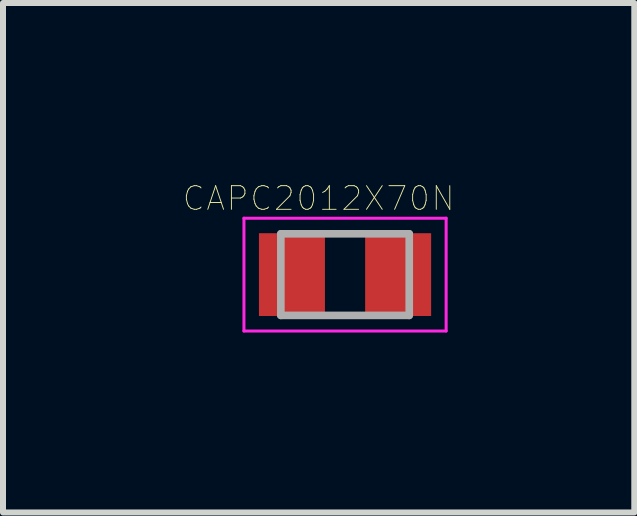
<source format=kicad_pcb>
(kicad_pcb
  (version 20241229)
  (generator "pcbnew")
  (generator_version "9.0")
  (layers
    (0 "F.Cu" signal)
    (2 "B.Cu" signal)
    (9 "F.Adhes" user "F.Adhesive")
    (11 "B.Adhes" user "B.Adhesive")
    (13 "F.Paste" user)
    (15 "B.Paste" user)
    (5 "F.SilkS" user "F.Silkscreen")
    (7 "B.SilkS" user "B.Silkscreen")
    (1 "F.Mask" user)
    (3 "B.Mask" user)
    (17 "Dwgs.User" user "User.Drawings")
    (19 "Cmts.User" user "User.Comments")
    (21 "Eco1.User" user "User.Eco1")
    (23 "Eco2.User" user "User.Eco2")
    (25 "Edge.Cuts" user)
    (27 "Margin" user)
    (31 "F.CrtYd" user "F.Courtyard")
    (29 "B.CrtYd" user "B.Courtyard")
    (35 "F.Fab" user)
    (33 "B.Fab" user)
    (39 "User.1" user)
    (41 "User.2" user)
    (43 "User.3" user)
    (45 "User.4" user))
  (footprint "CAPC2012X70N"
    (layer "F.Cu")
    (at 2.701 1.527)
    (property "Reference" "CAPC2012X70N" (at -0.44 -1.27 0) (layer "F.SilkS") (effects (font (size 0.394 0.394) (thickness 0.015))))
    (attr through_hole)
    (fp_line (start -1.685 -0.94) (end 1.685 -0.94) (stroke (width 0.05) (type solid)) (layer "F.CrtYd"))
    (fp_line (start -1.685 0.94) (end -1.685 -0.94) (stroke (width 0.05) (type solid)) (layer "F.CrtYd"))
    (fp_line (start -1.685 0.94) (end 1.685 0.94) (stroke (width 0.05) (type solid)) (layer "F.CrtYd"))
    (fp_line (start 1.685 0.94) (end 1.685 -0.94) (stroke (width 0.05) (type solid)) (layer "F.CrtYd"))
    (fp_line (start -1.07 0.68) (end -1.07 -0.68) (stroke (width 0.127) (type solid)) (layer "F.Fab"))
    (fp_line (start 1.07 -0.68) (end -1.07 -0.68) (stroke (width 0.127) (type solid)) (layer "F.Fab"))
    (fp_line (start 1.07 0.68) (end -1.07 0.68) (stroke (width 0.127) (type solid)) (layer "F.Fab"))
    (fp_line (start 1.07 0.68) (end 1.07 -0.68) (stroke (width 0.127) (type solid)) (layer "F.Fab"))
    (pad "1" smd rect (at -0.885 0) (size 1.1 1.38) (layers "F.Cu" "F.Mask" "F.Paste"))
    (pad "2" smd rect (at 0.885 0) (size 1.1 1.38) (layers "F.Cu" "F.Mask" "F.Paste")))
  (gr_rect
    (start -3 -3)
    (end 7.522 5.492)
    (stroke (width 0.1) (type default))
    (fill no)
    (layer "Edge.Cuts")))
</source>
